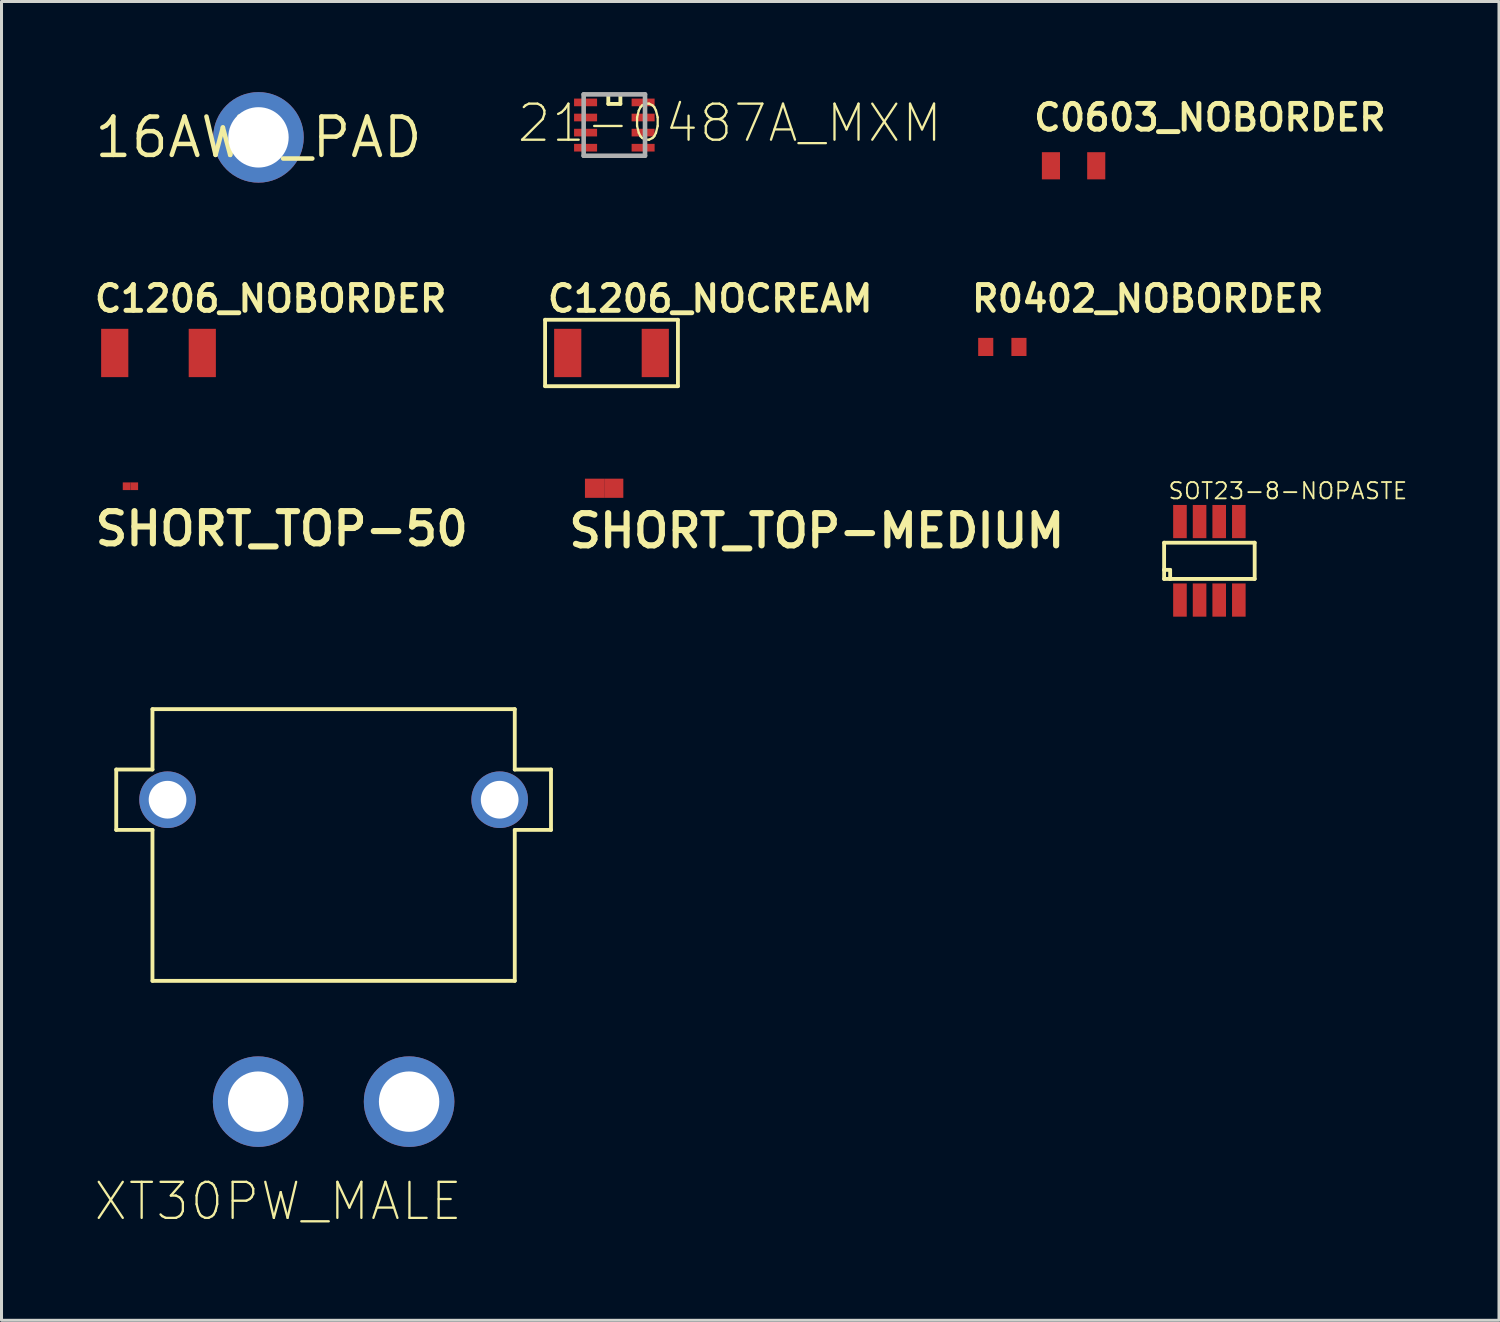
<source format=kicad_pcb>
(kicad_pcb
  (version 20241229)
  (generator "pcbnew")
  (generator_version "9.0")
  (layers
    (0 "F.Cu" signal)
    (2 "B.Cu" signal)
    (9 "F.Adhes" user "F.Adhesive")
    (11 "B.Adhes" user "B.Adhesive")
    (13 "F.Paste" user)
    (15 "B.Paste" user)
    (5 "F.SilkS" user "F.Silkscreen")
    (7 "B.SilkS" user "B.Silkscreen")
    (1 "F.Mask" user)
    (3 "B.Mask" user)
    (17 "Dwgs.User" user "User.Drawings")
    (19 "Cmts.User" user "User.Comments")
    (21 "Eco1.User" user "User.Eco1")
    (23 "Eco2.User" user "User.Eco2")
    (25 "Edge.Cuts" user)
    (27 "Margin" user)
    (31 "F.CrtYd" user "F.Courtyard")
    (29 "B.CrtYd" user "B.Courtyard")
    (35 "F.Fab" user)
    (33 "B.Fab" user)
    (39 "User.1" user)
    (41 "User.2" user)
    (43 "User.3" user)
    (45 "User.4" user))
  (footprint "16AWG_PAD"
    (layer "F.Cu")
    (at 5.511 1.5)
    (property "Reference" "16AWG_PAD" (at 0 0 0) (layer "F.SilkS") (effects (font (size 1.27 1.27) (thickness 0.15))))
    (pad "1" thru_hole circle (at 0 0) (size 3 3) (drill 2) (layers "*.Cu" "*.Mask")))
  (footprint "SOT23-8-NOPASTE"
    (layer "F.Cu")
    (at 37.007 15.525)
    (property "Reference" "SOT23-8-NOPASTE" (at -1.4 -2 0) (layer "F.SilkS") (effects (font (size 0.54 0.54) (thickness 0.06)) (justify left bottom)))
    (fp_line (start -1.5 -0.6) (end -1.5 0.3) (stroke (width 0.127) (type solid)) (layer "F.SilkS"))
    (fp_line (start -1.5 0.3) (end -1.5 0.6) (stroke (width 0.127) (type solid)) (layer "F.SilkS"))
    (fp_line (start -1.5 0.3) (end -1.3 0.3) (stroke (width 0.127) (type solid)) (layer "F.SilkS"))
    (fp_line (start -1.5 0.6) (end -1.3 0.6) (stroke (width 0.127) (type solid)) (layer "F.SilkS"))
    (fp_line (start -1.3 0.3) (end -1.3 0.6) (stroke (width 0.127) (type solid)) (layer "F.SilkS"))
    (fp_line (start -1.3 0.6) (end 1.5 0.6) (stroke (width 0.127) (type solid)) (layer "F.SilkS"))
    (fp_line (start 1.5 -0.6) (end -1.5 -0.6) (stroke (width 0.127) (type solid)) (layer "F.SilkS"))
    (fp_line (start 1.5 0.6) (end 1.5 -0.6) (stroke (width 0.127) (type solid)) (layer "F.SilkS"))
    (pad "1" smd rect (at -0.975 1.3) (size 0.45 1.1) (layers "F.Cu" "F.Mask"))
    (pad "2" smd rect (at -0.325 1.3) (size 0.45 1.1) (layers "F.Cu" "F.Mask"))
    (pad "3" smd rect (at 0.325 1.3) (size 0.45 1.1) (layers "F.Cu" "F.Mask"))
    (pad "4" smd rect (at 0.975 1.3) (size 0.45 1.1) (layers "F.Cu" "F.Mask"))
    (pad "5" smd rect (at 0.975 -1.3) (size 0.45 1.1) (layers "F.Cu" "F.Mask"))
    (pad "6" smd rect (at 0.325 -1.3) (size 0.45 1.1) (layers "F.Cu" "F.Mask"))
    (pad "7" smd rect (at -0.325 -1.3) (size 0.45 1.1) (layers "F.Cu" "F.Mask"))
    (pad "8" smd rect (at -0.975 -1.3) (size 0.45 1.1) (layers "F.Cu" "F.Mask")))
  (footprint "21-0487A_MXM"
    (layer "F.Cu")
    (at 17.298 1.092)
    (property "Reference" "21-0487A_MXM" (at -3.277 0.635 0) (layer "F.SilkS") (effects (font (size 1.194 1.194) (thickness 0.076)) (justify left bottom)))
    (fp_line (start -0.2 -1) (end -0.2 -0.7) (stroke (width 0.127) (type solid)) (layer "F.SilkS"))
    (fp_line (start -0.2 -0.7) (end 0.2 -0.7) (stroke (width 0.127) (type solid)) (layer "F.SilkS"))
    (fp_line (start 0.2 -0.7) (end 0.2 -1) (stroke (width 0.127) (type solid)) (layer "F.SilkS"))
    (fp_line (start -1.016 -1.016) (end -1.016 1.016) (stroke (width 0.152) (type solid)) (layer "F.Fab"))
    (fp_line (start -1.016 1.016) (end 1.016 1.016) (stroke (width 0.152) (type solid)) (layer "F.Fab"))
    (fp_line (start 1.016 -1.016) (end -1.016 -1.016) (stroke (width 0.152) (type solid)) (layer "F.Fab"))
    (fp_line (start 1.016 1.016) (end 1.016 -1.016) (stroke (width 0.152) (type solid)) (layer "F.Fab"))
    (pad "1" smd rect (at -0.953 -0.75) (size 0.762 0.254) (layers "F.Cu" "F.Mask" "F.Paste"))
    (pad "2" smd rect (at -0.953 -0.25) (size 0.762 0.254) (layers "F.Cu" "F.Mask" "F.Paste"))
    (pad "3" smd rect (at -0.953 0.25) (size 0.762 0.254) (layers "F.Cu" "F.Mask" "F.Paste"))
    (pad "4" smd rect (at -0.953 0.75) (size 0.762 0.254) (layers "F.Cu" "F.Mask" "F.Paste"))
    (pad "5" smd rect (at 0.953 0.75) (size 0.762 0.254) (layers "F.Cu" "F.Mask" "F.Paste"))
    (pad "6" smd rect (at 0.953 0.25) (size 0.762 0.254) (layers "F.Cu" "F.Mask" "F.Paste"))
    (pad "7" smd rect (at 0.953 -0.25) (size 0.762 0.254) (layers "F.Cu" "F.Mask" "F.Paste"))
    (pad "8" smd rect (at 0.953 -0.75) (size 0.762 0.254) (layers "F.Cu" "F.Mask" "F.Paste")))
  (footprint "XT30PW_MALE"
    (layer "F.Cu")
    (at 8 33.438)
    (property "Reference" "XT30PW_MALE" (at -8 4 0) (layer "F.SilkS") (effects (font (size 1.194 1.194) (thickness 0.076)) (justify left bottom)))
    (fp_line (start -7.2 -11) (end -7.2 -9) (stroke (width 0.127) (type solid)) (layer "F.SilkS"))
    (fp_line (start -7.2 -9) (end -6 -9) (stroke (width 0.127) (type solid)) (layer "F.SilkS"))
    (fp_line (start -6 -13) (end -6 -11) (stroke (width 0.127) (type solid)) (layer "F.SilkS"))
    (fp_line (start -6 -11) (end -7.2 -11) (stroke (width 0.127) (type solid)) (layer "F.SilkS"))
    (fp_line (start -6 -9) (end -6 -4) (stroke (width 0.127) (type solid)) (layer "F.SilkS"))
    (fp_line (start -6 -4) (end 6 -4) (stroke (width 0.127) (type solid)) (layer "F.SilkS"))
    (fp_line (start 6 -13) (end -6 -13) (stroke (width 0.127) (type solid)) (layer "F.SilkS"))
    (fp_line (start 6 -11) (end 6 -13) (stroke (width 0.127) (type solid)) (layer "F.SilkS"))
    (fp_line (start 6 -9) (end 7.2 -9) (stroke (width 0.127) (type solid)) (layer "F.SilkS"))
    (fp_line (start 6 -4) (end 6 -9) (stroke (width 0.127) (type solid)) (layer "F.SilkS"))
    (fp_line (start 7.2 -11) (end 6 -11) (stroke (width 0.127) (type solid)) (layer "F.SilkS"))
    (fp_line (start 7.2 -9) (end 7.2 -11) (stroke (width 0.127) (type solid)) (layer "F.SilkS"))
    (pad "1" thru_hole circle (at -2.5 0) (size 3 3) (drill 2) (layers "*.Cu" "*.Mask"))
    (pad "2" thru_hole circle (at 2.5 0) (size 3 3) (drill 2) (layers "*.Cu" "*.Mask"))
    (pad "M1" thru_hole circle (at -5.5 -10) (size 1.875 1.875) (drill 1.25) (layers "*.Cu" "*.Mask"))
    (pad "M2" thru_hole circle (at 5.5 -10) (size 1.875 1.875) (drill 1.25) (layers "*.Cu" "*.Mask")))
  (footprint "SHORT_TOP-MEDIUM"
    (layer "F.Cu")
    (at 16.96 13.122)
    (property "Reference" "SHORT_TOP-MEDIUM" (at -1.27 2.032 0) (layer "F.SilkS") (effects (font (size 1.067 1.067) (thickness 0.203)) (justify left bottom)))
    (pad "1" smd rect (at 0.318 0) (size 0.635 0.635) (layers "F.Cu"))
    (pad "2" smd rect (at -0.318 0) (size 0.635 0.635) (layers "F.Cu")))
  (footprint "R0402_NOBORDER"
    (layer "F.Cu")
    (at 30.149 8.441)
    (property "Reference" "R0402_NOBORDER" (at -1.1 -1.1 0) (layer "F.SilkS") (effects (font (size 0.853 0.853) (thickness 0.163)) (justify left bottom)))
    (pad "P$1" smd rect (at -0.55 0 180) (size 0.5 0.6) (layers "F.Cu" "F.Mask" "F.Paste"))
    (pad "P$2" smd rect (at 0.55 0 180) (size 0.5 0.6) (layers "F.Cu" "F.Mask" "F.Paste")))
  (footprint "C1206_NOCREAM"
    (layer "F.Cu")
    (at 17.204 8.641)
    (property "Reference" "C1206_NOCREAM" (at -2.2 -1.3 0) (layer "F.SilkS") (effects (font (size 0.853 0.853) (thickness 0.163)) (justify left bottom)))
    (fp_line (start -2.2 -1.1) (end -2.2 1.1) (stroke (width 0.127) (type solid)) (layer "F.SilkS"))
    (fp_line (start -2.2 1.1) (end 2.2 1.1) (stroke (width 0.127) (type solid)) (layer "F.SilkS"))
    (fp_line (start 2.2 -1.1) (end -2.2 -1.1) (stroke (width 0.127) (type solid)) (layer "F.SilkS"))
    (fp_line (start 2.2 1.1) (end 2.2 -1.1) (stroke (width 0.127) (type solid)) (layer "F.SilkS"))
    (pad "P$1" smd rect (at -1.45 0 180) (size 0.9 1.6) (layers "F.Cu" "F.Mask"))
    (pad "P$2" smd rect (at 1.45 0 180) (size 0.9 1.6) (layers "F.Cu" "F.Mask")))
  (footprint "SHORT_TOP-50"
    (layer "F.Cu")
    (at 1.27 13.055)
    (property "Reference" "SHORT_TOP-50" (at -1.27 2.032 0) (layer "F.SilkS") (effects (font (size 1.067 1.067) (thickness 0.203)) (justify left bottom)))
    (pad "1" smd rect (at 0.127 0) (size 0.254 0.254) (layers "F.Cu"))
    (pad "2" smd rect (at -0.127 0) (size 0.254 0.254) (layers "F.Cu")))
  (footprint "C0603_NOBORDER"
    (layer "F.Cu")
    (at 32.509 2.441)
    (property "Reference" "C0603_NOBORDER" (at -1.4 -1.1 0) (layer "F.SilkS") (effects (font (size 0.853 0.853) (thickness 0.163)) (justify left bottom)))
    (pad "P$1" smd rect (at -0.75 0 180) (size 0.6 0.9) (layers "F.Cu" "F.Mask" "F.Paste"))
    (pad "P$2" smd rect (at 0.75 0 180) (size 0.6 0.9) (layers "F.Cu" "F.Mask" "F.Paste")))
  (footprint "C1206_NOBORDER"
    (layer "F.Cu")
    (at 2.2 8.641)
    (property "Reference" "C1206_NOBORDER" (at -2.2 -1.3 0) (layer "F.SilkS") (effects (font (size 0.853 0.853) (thickness 0.163)) (justify left bottom)))
    (pad "P$1" smd rect (at -1.45 0 180) (size 0.9 1.6) (layers "F.Cu" "F.Mask" "F.Paste"))
    (pad "P$2" smd rect (at 1.45 0 180) (size 0.9 1.6) (layers "F.Cu" "F.Mask" "F.Paste")))
  (gr_rect
    (start -3 -3)
    (end 46.599 40.68)
    (stroke (width 0.1) (type default))
    (fill no)
    (layer "Edge.Cuts")))
</source>
